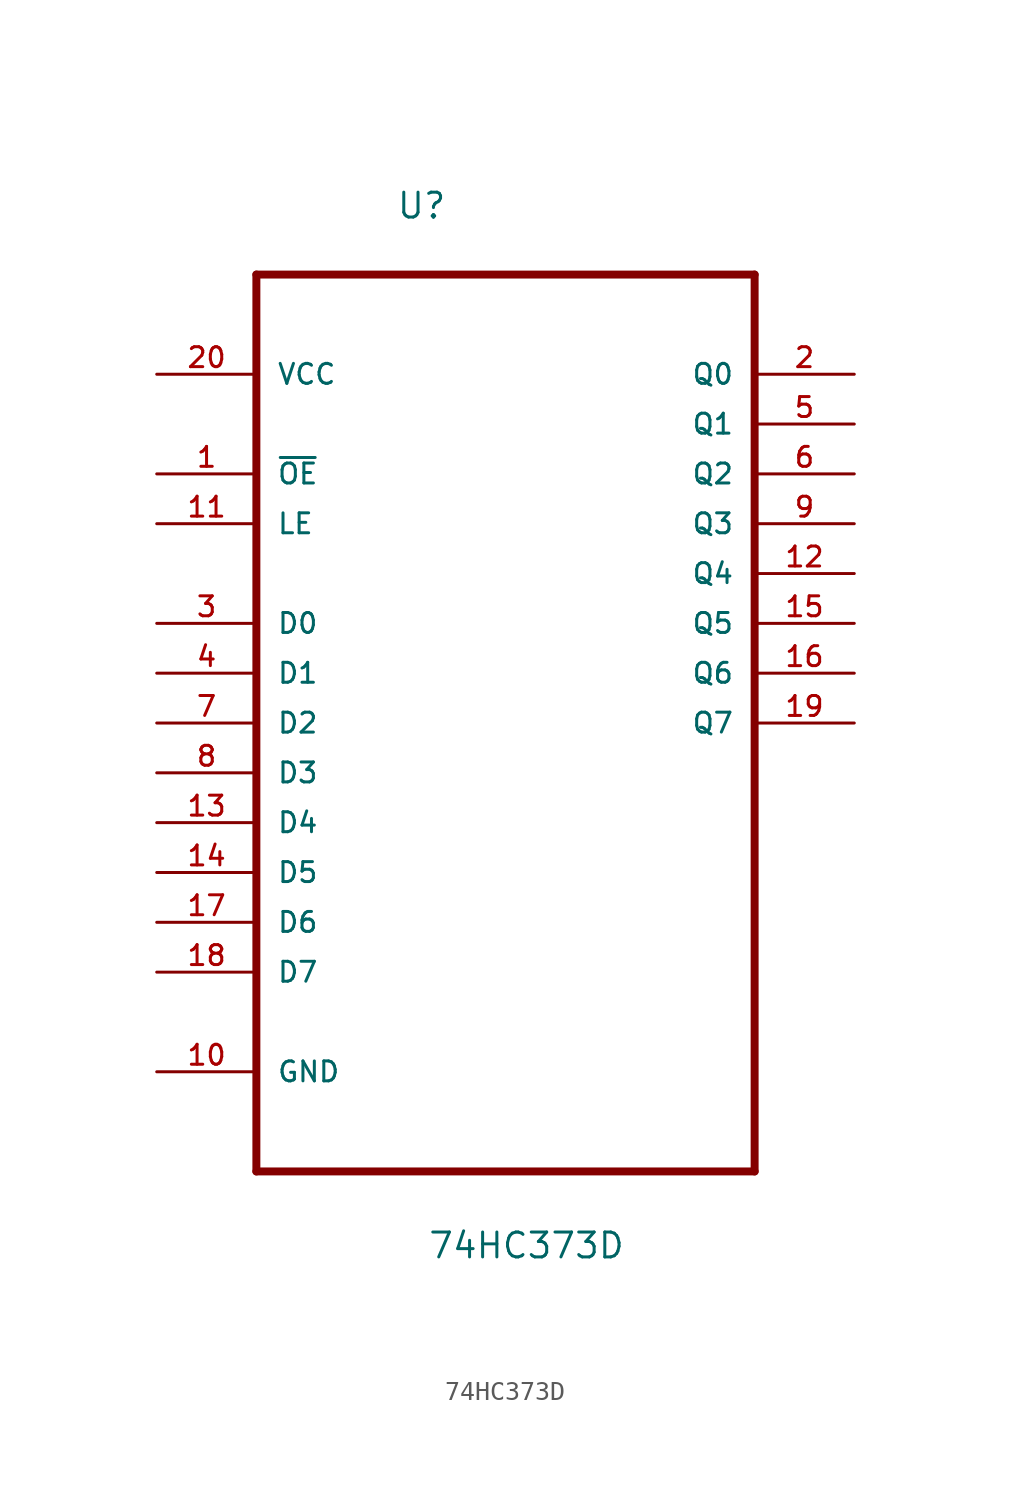
<source format=kicad_sym>
(kicad_symbol_lib
  (version 20220914)
  (generator kicad_symbol_editor)
  (symbol "74HC373D"
    (pin_names
      (offset 1.016))
    (property "Reference" "U"
      (at -5.588 23.089 0)
      (effects (font (size 1.27 1.27)) (justify left bottom)))
    (property "Value" "74HC373D"
      (at -3.988 -29.921 0)
      (effects (font (size 1.27 1.27)) (justify left bottom)))
    (property "ki_locked" ""
      (at 0 0 0)
      (effects (font (size 1.27 1.27))))
    (symbol "74HC373D_0_0"
      (polyline (pts (xy -12.7 -25.4) (xy 12.7 -25.4)) (stroke (width 0.406) (type solid)) (fill (type none)))
      (polyline (pts (xy -12.7 20.32) (xy -12.7 -25.4)) (stroke (width 0.406) (type solid)) (fill (type none)))
      (polyline (pts (xy 12.7 -25.4) (xy 12.7 20.32)) (stroke (width 0.406) (type solid)) (fill (type none)))
      (polyline (pts (xy 12.7 20.32) (xy -12.7 20.32)) (stroke (width 0.406) (type solid)) (fill (type none)))
      (pin tri_state line (at -17.78 10.16 0) (length 5.08) (name "~{OE}" (effects (font (size 1.016 1.016)))) (number "1" (effects (font (size 1.016 1.016)))))
      (pin passive line (at -17.78 -20.32 0) (length 5.08) (name "GND" (effects (font (size 1.016 1.016)))) (number "10" (effects (font (size 1.016 1.016)))))
      (pin input line (at -17.78 7.62 0) (length 5.08) (name "LE" (effects (font (size 1.016 1.016)))) (number "11" (effects (font (size 1.016 1.016)))))
      (pin output line (at 17.78 5.08 180) (length 5.08) (name "Q4" (effects (font (size 1.016 1.016)))) (number "12" (effects (font (size 1.016 1.016)))))
      (pin input line (at -17.78 -7.62 0) (length 5.08) (name "D4" (effects (font (size 1.016 1.016)))) (number "13" (effects (font (size 1.016 1.016)))))
      (pin input line (at -17.78 -10.16 0) (length 5.08) (name "D5" (effects (font (size 1.016 1.016)))) (number "14" (effects (font (size 1.016 1.016)))))
      (pin output line (at 17.78 2.54 180) (length 5.08) (name "Q5" (effects (font (size 1.016 1.016)))) (number "15" (effects (font (size 1.016 1.016)))))
      (pin output line (at 17.78 0 180) (length 5.08) (name "Q6" (effects (font (size 1.016 1.016)))) (number "16" (effects (font (size 1.016 1.016)))))
      (pin input line (at -17.78 -12.7 0) (length 5.08) (name "D6" (effects (font (size 1.016 1.016)))) (number "17" (effects (font (size 1.016 1.016)))))
      (pin input line (at -17.78 -15.24 0) (length 5.08) (name "D7" (effects (font (size 1.016 1.016)))) (number "18" (effects (font (size 1.016 1.016)))))
      (pin output line (at 17.78 -2.54 180) (length 5.08) (name "Q7" (effects (font (size 1.016 1.016)))) (number "19" (effects (font (size 1.016 1.016)))))
      (pin output line (at 17.78 15.24 180) (length 5.08) (name "Q0" (effects (font (size 1.016 1.016)))) (number "2" (effects (font (size 1.016 1.016)))))
      (pin power_in line (at -17.78 15.24 0) (length 5.08) (name "VCC" (effects (font (size 1.016 1.016)))) (number "20" (effects (font (size 1.016 1.016)))))
      (pin input line (at -17.78 2.54 0) (length 5.08) (name "D0" (effects (font (size 1.016 1.016)))) (number "3" (effects (font (size 1.016 1.016)))))
      (pin input line (at -17.78 0 0) (length 5.08) (name "D1" (effects (font (size 1.016 1.016)))) (number "4" (effects (font (size 1.016 1.016)))))
      (pin output line (at 17.78 12.7 180) (length 5.08) (name "Q1" (effects (font (size 1.016 1.016)))) (number "5" (effects (font (size 1.016 1.016)))))
      (pin output line (at 17.78 10.16 180) (length 5.08) (name "Q2" (effects (font (size 1.016 1.016)))) (number "6" (effects (font (size 1.016 1.016)))))
      (pin input line (at -17.78 -2.54 0) (length 5.08) (name "D2" (effects (font (size 1.016 1.016)))) (number "7" (effects (font (size 1.016 1.016)))))
      (pin input line (at -17.78 -5.08 0) (length 5.08) (name "D3" (effects (font (size 1.016 1.016)))) (number "8" (effects (font (size 1.016 1.016)))))
      (pin output line (at 17.78 7.62 180) (length 5.08) (name "Q3" (effects (font (size 1.016 1.016)))) (number "9" (effects (font (size 1.016 1.016))))))))
</source>
